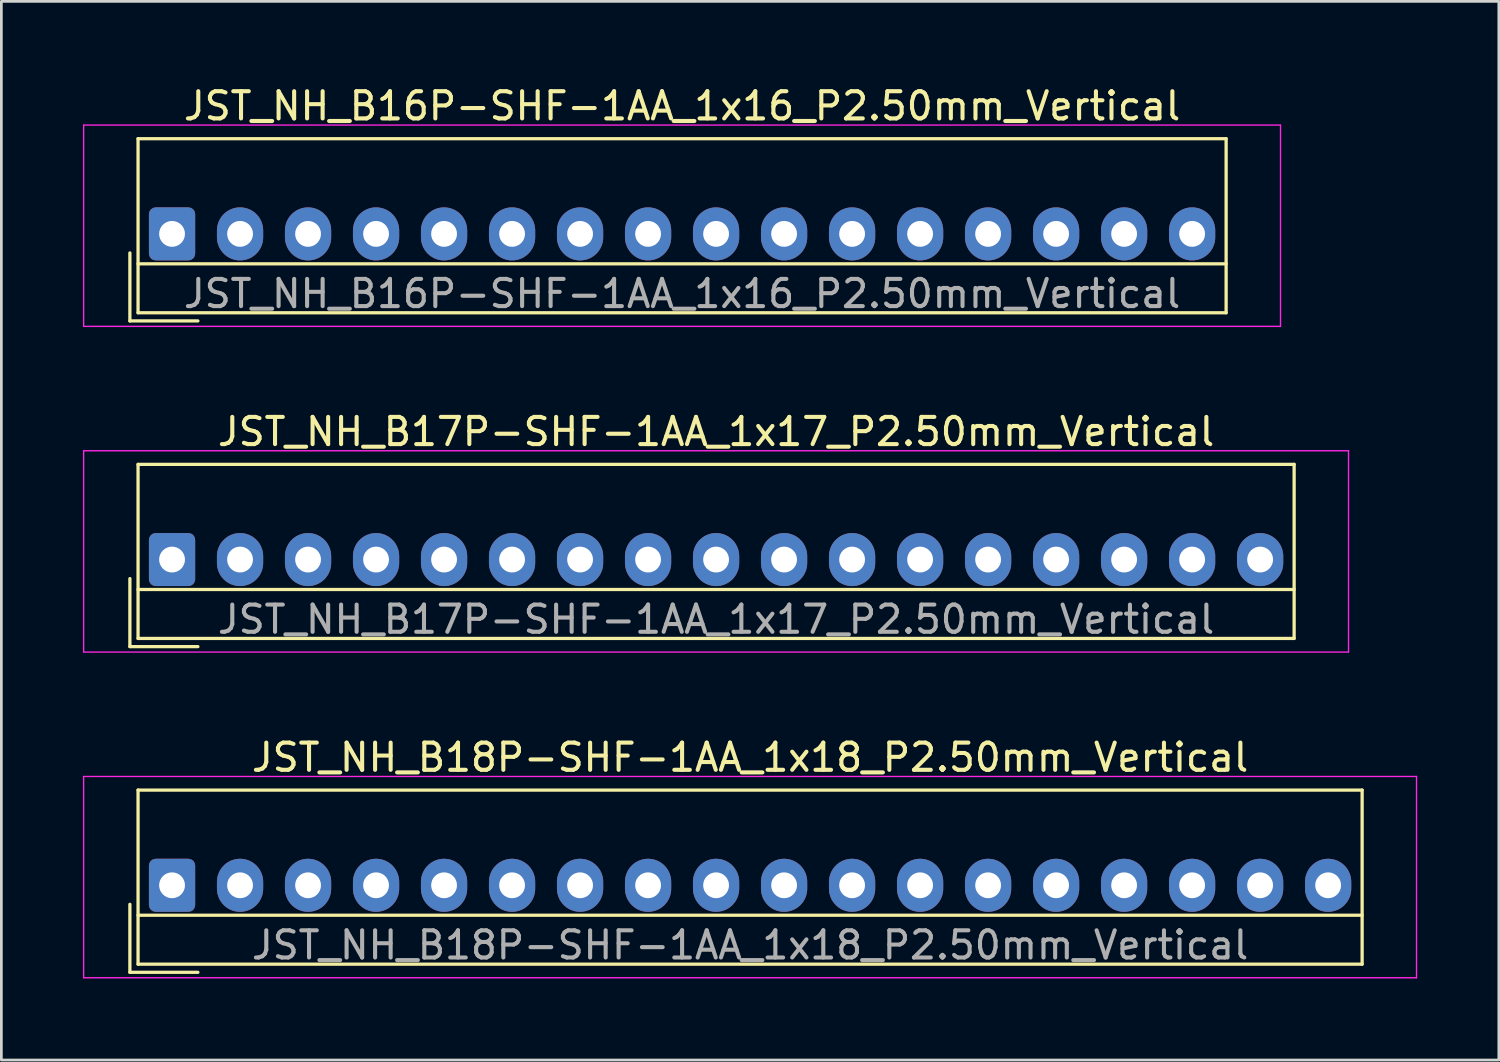
<source format=kicad_pcb>
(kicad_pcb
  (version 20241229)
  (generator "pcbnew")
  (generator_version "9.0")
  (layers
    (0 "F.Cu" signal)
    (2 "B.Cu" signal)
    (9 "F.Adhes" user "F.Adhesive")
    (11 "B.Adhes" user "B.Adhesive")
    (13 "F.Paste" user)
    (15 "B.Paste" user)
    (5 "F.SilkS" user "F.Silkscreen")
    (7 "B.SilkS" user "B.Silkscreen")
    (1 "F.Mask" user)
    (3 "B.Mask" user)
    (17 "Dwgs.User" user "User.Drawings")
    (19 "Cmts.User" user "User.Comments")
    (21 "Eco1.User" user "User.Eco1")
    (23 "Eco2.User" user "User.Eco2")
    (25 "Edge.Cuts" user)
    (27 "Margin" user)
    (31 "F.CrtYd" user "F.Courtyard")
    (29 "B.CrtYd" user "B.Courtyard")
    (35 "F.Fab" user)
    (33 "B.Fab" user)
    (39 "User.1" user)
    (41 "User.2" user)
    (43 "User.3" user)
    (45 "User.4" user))
  (footprint "JST_NH_B17P-SHF-1AA_1x17_P2.50mm_Vertical"
    (layer "F.Cu")
    (at 3.275 17.521)
    (property "Reference" "JST_NH_B17P-SHF-1AA_1x17_P2.50mm_Vertical" (at 20 -4.7 0) (layer "F.SilkS") (effects (font (size 1 1) (thickness 0.15))))
    (attr through_hole)
    (fp_line (start -1.55 0.7) (end -1.55 3.2) (stroke (width 0.12) (type solid)) (layer "F.SilkS"))
    (fp_line (start -1.55 3.2) (end 0.95 3.2) (stroke (width 0.12) (type solid)) (layer "F.SilkS"))
    (fp_line (start -1.25 -3.5) (end -1.25 2.9) (stroke (width 0.12) (type solid)) (layer "F.SilkS"))
    (fp_line (start -1.25 1.1) (end 41.25 1.1) (stroke (width 0.12) (type solid)) (layer "F.SilkS"))
    (fp_line (start -1.25 2.9) (end 41.25 2.9) (stroke (width 0.12) (type solid)) (layer "F.SilkS"))
    (fp_line (start 41.25 -3.5) (end -1.25 -3.5) (stroke (width 0.12) (type solid)) (layer "F.SilkS"))
    (fp_line (start 41.25 2.9) (end 41.25 -3.5) (stroke (width 0.12) (type solid)) (layer "F.SilkS"))
    (fp_line (start -3.25 -4) (end -3.25 3.4) (stroke (width 0.05) (type solid)) (layer "F.CrtYd"))
    (fp_line (start -3.25 3.4) (end 43.25 3.4) (stroke (width 0.05) (type solid)) (layer "F.CrtYd"))
    (fp_line (start 43.25 -4) (end -3.25 -4) (stroke (width 0.05) (type solid)) (layer "F.CrtYd"))
    (fp_line (start 43.25 3.4) (end 43.25 -4) (stroke (width 0.05) (type solid)) (layer "F.CrtYd"))
    (fp_text user "${REFERENCE}" (at 20 2.2 0) (layer "F.Fab") (effects (font (size 1 1) (thickness 0.15))))
    (pad "1" thru_hole roundrect (at 0 0) (size 1.7 1.95) (drill 0.95) (layers "*.Cu" "*.Mask") (roundrect_rratio 0.147))
    (pad "2" thru_hole oval (at 2.5 0) (size 1.7 1.95) (drill 0.95) (layers "*.Cu" "*.Mask"))
    (pad "3" thru_hole oval (at 5 0) (size 1.7 1.95) (drill 0.95) (layers "*.Cu" "*.Mask"))
    (pad "4" thru_hole oval (at 7.5 0) (size 1.7 1.95) (drill 0.95) (layers "*.Cu" "*.Mask"))
    (pad "5" thru_hole oval (at 10 0) (size 1.7 1.95) (drill 0.95) (layers "*.Cu" "*.Mask"))
    (pad "6" thru_hole oval (at 12.5 0) (size 1.7 1.95) (drill 0.95) (layers "*.Cu" "*.Mask"))
    (pad "7" thru_hole oval (at 15 0) (size 1.7 1.95) (drill 0.95) (layers "*.Cu" "*.Mask"))
    (pad "8" thru_hole oval (at 17.5 0) (size 1.7 1.95) (drill 0.95) (layers "*.Cu" "*.Mask"))
    (pad "9" thru_hole oval (at 20 0) (size 1.7 1.95) (drill 0.95) (layers "*.Cu" "*.Mask"))
    (pad "10" thru_hole oval (at 22.5 0) (size 1.7 1.95) (drill 0.95) (layers "*.Cu" "*.Mask"))
    (pad "11" thru_hole oval (at 25 0) (size 1.7 1.95) (drill 0.95) (layers "*.Cu" "*.Mask"))
    (pad "12" thru_hole oval (at 27.5 0) (size 1.7 1.95) (drill 0.95) (layers "*.Cu" "*.Mask"))
    (pad "13" thru_hole oval (at 30 0) (size 1.7 1.95) (drill 0.95) (layers "*.Cu" "*.Mask"))
    (pad "14" thru_hole oval (at 32.5 0) (size 1.7 1.95) (drill 0.95) (layers "*.Cu" "*.Mask"))
    (pad "15" thru_hole oval (at 35 0) (size 1.7 1.95) (drill 0.95) (layers "*.Cu" "*.Mask"))
    (pad "16" thru_hole oval (at 37.5 0) (size 1.7 1.95) (drill 0.95) (layers "*.Cu" "*.Mask"))
    (pad "17" thru_hole oval (at 40 0) (size 1.7 1.95) (drill 0.95) (layers "*.Cu" "*.Mask")))
  (footprint "JST_NH_B16P-SHF-1AA_1x16_P2.50mm_Vertical"
    (layer "F.Cu")
    (at 3.275 5.548)
    (property "Reference" "JST_NH_B16P-SHF-1AA_1x16_P2.50mm_Vertical" (at 18.75 -4.7 0) (layer "F.SilkS") (effects (font (size 1 1) (thickness 0.15))))
    (attr through_hole)
    (fp_line (start -1.55 0.7) (end -1.55 3.2) (stroke (width 0.12) (type solid)) (layer "F.SilkS"))
    (fp_line (start -1.55 3.2) (end 0.95 3.2) (stroke (width 0.12) (type solid)) (layer "F.SilkS"))
    (fp_line (start -1.25 -3.5) (end -1.25 2.9) (stroke (width 0.12) (type solid)) (layer "F.SilkS"))
    (fp_line (start -1.25 1.1) (end 38.75 1.1) (stroke (width 0.12) (type solid)) (layer "F.SilkS"))
    (fp_line (start -1.25 2.9) (end 38.75 2.9) (stroke (width 0.12) (type solid)) (layer "F.SilkS"))
    (fp_line (start 38.75 -3.5) (end -1.25 -3.5) (stroke (width 0.12) (type solid)) (layer "F.SilkS"))
    (fp_line (start 38.75 2.9) (end 38.75 -3.5) (stroke (width 0.12) (type solid)) (layer "F.SilkS"))
    (fp_line (start -3.25 -4) (end -3.25 3.4) (stroke (width 0.05) (type solid)) (layer "F.CrtYd"))
    (fp_line (start -3.25 3.4) (end 40.75 3.4) (stroke (width 0.05) (type solid)) (layer "F.CrtYd"))
    (fp_line (start 40.75 -4) (end -3.25 -4) (stroke (width 0.05) (type solid)) (layer "F.CrtYd"))
    (fp_line (start 40.75 3.4) (end 40.75 -4) (stroke (width 0.05) (type solid)) (layer "F.CrtYd"))
    (fp_text user "${REFERENCE}" (at 18.75 2.2 0) (layer "F.Fab") (effects (font (size 1 1) (thickness 0.15))))
    (pad "1" thru_hole roundrect (at 0 0) (size 1.7 1.95) (drill 0.95) (layers "*.Cu" "*.Mask") (roundrect_rratio 0.147))
    (pad "2" thru_hole oval (at 2.5 0) (size 1.7 1.95) (drill 0.95) (layers "*.Cu" "*.Mask"))
    (pad "3" thru_hole oval (at 5 0) (size 1.7 1.95) (drill 0.95) (layers "*.Cu" "*.Mask"))
    (pad "4" thru_hole oval (at 7.5 0) (size 1.7 1.95) (drill 0.95) (layers "*.Cu" "*.Mask"))
    (pad "5" thru_hole oval (at 10 0) (size 1.7 1.95) (drill 0.95) (layers "*.Cu" "*.Mask"))
    (pad "6" thru_hole oval (at 12.5 0) (size 1.7 1.95) (drill 0.95) (layers "*.Cu" "*.Mask"))
    (pad "7" thru_hole oval (at 15 0) (size 1.7 1.95) (drill 0.95) (layers "*.Cu" "*.Mask"))
    (pad "8" thru_hole oval (at 17.5 0) (size 1.7 1.95) (drill 0.95) (layers "*.Cu" "*.Mask"))
    (pad "9" thru_hole oval (at 20 0) (size 1.7 1.95) (drill 0.95) (layers "*.Cu" "*.Mask"))
    (pad "10" thru_hole oval (at 22.5 0) (size 1.7 1.95) (drill 0.95) (layers "*.Cu" "*.Mask"))
    (pad "11" thru_hole oval (at 25 0) (size 1.7 1.95) (drill 0.95) (layers "*.Cu" "*.Mask"))
    (pad "12" thru_hole oval (at 27.5 0) (size 1.7 1.95) (drill 0.95) (layers "*.Cu" "*.Mask"))
    (pad "13" thru_hole oval (at 30 0) (size 1.7 1.95) (drill 0.95) (layers "*.Cu" "*.Mask"))
    (pad "14" thru_hole oval (at 32.5 0) (size 1.7 1.95) (drill 0.95) (layers "*.Cu" "*.Mask"))
    (pad "15" thru_hole oval (at 35 0) (size 1.7 1.95) (drill 0.95) (layers "*.Cu" "*.Mask"))
    (pad "16" thru_hole oval (at 37.5 0) (size 1.7 1.95) (drill 0.95) (layers "*.Cu" "*.Mask")))
  (footprint "JST_NH_B18P-SHF-1AA_1x18_P2.50mm_Vertical"
    (layer "F.Cu")
    (at 3.275 29.495)
    (property "Reference" "JST_NH_B18P-SHF-1AA_1x18_P2.50mm_Vertical" (at 21.25 -4.7 0) (layer "F.SilkS") (effects (font (size 1 1) (thickness 0.15))))
    (attr through_hole)
    (fp_line (start -1.55 0.7) (end -1.55 3.2) (stroke (width 0.12) (type solid)) (layer "F.SilkS"))
    (fp_line (start -1.55 3.2) (end 0.95 3.2) (stroke (width 0.12) (type solid)) (layer "F.SilkS"))
    (fp_line (start -1.25 -3.5) (end -1.25 2.9) (stroke (width 0.12) (type solid)) (layer "F.SilkS"))
    (fp_line (start -1.25 1.1) (end 43.75 1.1) (stroke (width 0.12) (type solid)) (layer "F.SilkS"))
    (fp_line (start -1.25 2.9) (end 43.75 2.9) (stroke (width 0.12) (type solid)) (layer "F.SilkS"))
    (fp_line (start 43.75 -3.5) (end -1.25 -3.5) (stroke (width 0.12) (type solid)) (layer "F.SilkS"))
    (fp_line (start 43.75 2.9) (end 43.75 -3.5) (stroke (width 0.12) (type solid)) (layer "F.SilkS"))
    (fp_line (start -3.25 -4) (end -3.25 3.4) (stroke (width 0.05) (type solid)) (layer "F.CrtYd"))
    (fp_line (start -3.25 3.4) (end 45.75 3.4) (stroke (width 0.05) (type solid)) (layer "F.CrtYd"))
    (fp_line (start 45.75 -4) (end -3.25 -4) (stroke (width 0.05) (type solid)) (layer "F.CrtYd"))
    (fp_line (start 45.75 3.4) (end 45.75 -4) (stroke (width 0.05) (type solid)) (layer "F.CrtYd"))
    (fp_text user "${REFERENCE}" (at 21.25 2.2 0) (layer "F.Fab") (effects (font (size 1 1) (thickness 0.15))))
    (pad "1" thru_hole roundrect (at 0 0) (size 1.7 1.95) (drill 0.95) (layers "*.Cu" "*.Mask") (roundrect_rratio 0.147))
    (pad "2" thru_hole oval (at 2.5 0) (size 1.7 1.95) (drill 0.95) (layers "*.Cu" "*.Mask"))
    (pad "3" thru_hole oval (at 5 0) (size 1.7 1.95) (drill 0.95) (layers "*.Cu" "*.Mask"))
    (pad "4" thru_hole oval (at 7.5 0) (size 1.7 1.95) (drill 0.95) (layers "*.Cu" "*.Mask"))
    (pad "5" thru_hole oval (at 10 0) (size 1.7 1.95) (drill 0.95) (layers "*.Cu" "*.Mask"))
    (pad "6" thru_hole oval (at 12.5 0) (size 1.7 1.95) (drill 0.95) (layers "*.Cu" "*.Mask"))
    (pad "7" thru_hole oval (at 15 0) (size 1.7 1.95) (drill 0.95) (layers "*.Cu" "*.Mask"))
    (pad "8" thru_hole oval (at 17.5 0) (size 1.7 1.95) (drill 0.95) (layers "*.Cu" "*.Mask"))
    (pad "9" thru_hole oval (at 20 0) (size 1.7 1.95) (drill 0.95) (layers "*.Cu" "*.Mask"))
    (pad "10" thru_hole oval (at 22.5 0) (size 1.7 1.95) (drill 0.95) (layers "*.Cu" "*.Mask"))
    (pad "11" thru_hole oval (at 25 0) (size 1.7 1.95) (drill 0.95) (layers "*.Cu" "*.Mask"))
    (pad "12" thru_hole oval (at 27.5 0) (size 1.7 1.95) (drill 0.95) (layers "*.Cu" "*.Mask"))
    (pad "13" thru_hole oval (at 30 0) (size 1.7 1.95) (drill 0.95) (layers "*.Cu" "*.Mask"))
    (pad "14" thru_hole oval (at 32.5 0) (size 1.7 1.95) (drill 0.95) (layers "*.Cu" "*.Mask"))
    (pad "15" thru_hole oval (at 35 0) (size 1.7 1.95) (drill 0.95) (layers "*.Cu" "*.Mask"))
    (pad "16" thru_hole oval (at 37.5 0) (size 1.7 1.95) (drill 0.95) (layers "*.Cu" "*.Mask"))
    (pad "17" thru_hole oval (at 40 0) (size 1.7 1.95) (drill 0.95) (layers "*.Cu" "*.Mask"))
    (pad "18" thru_hole oval (at 42.5 0) (size 1.7 1.95) (drill 0.95) (layers "*.Cu" "*.Mask")))
  (gr_rect
    (start -3 -3)
    (end 52.05 35.92)
    (stroke (width 0.1) (type default))
    (fill no)
    (layer "Edge.Cuts")))
</source>
